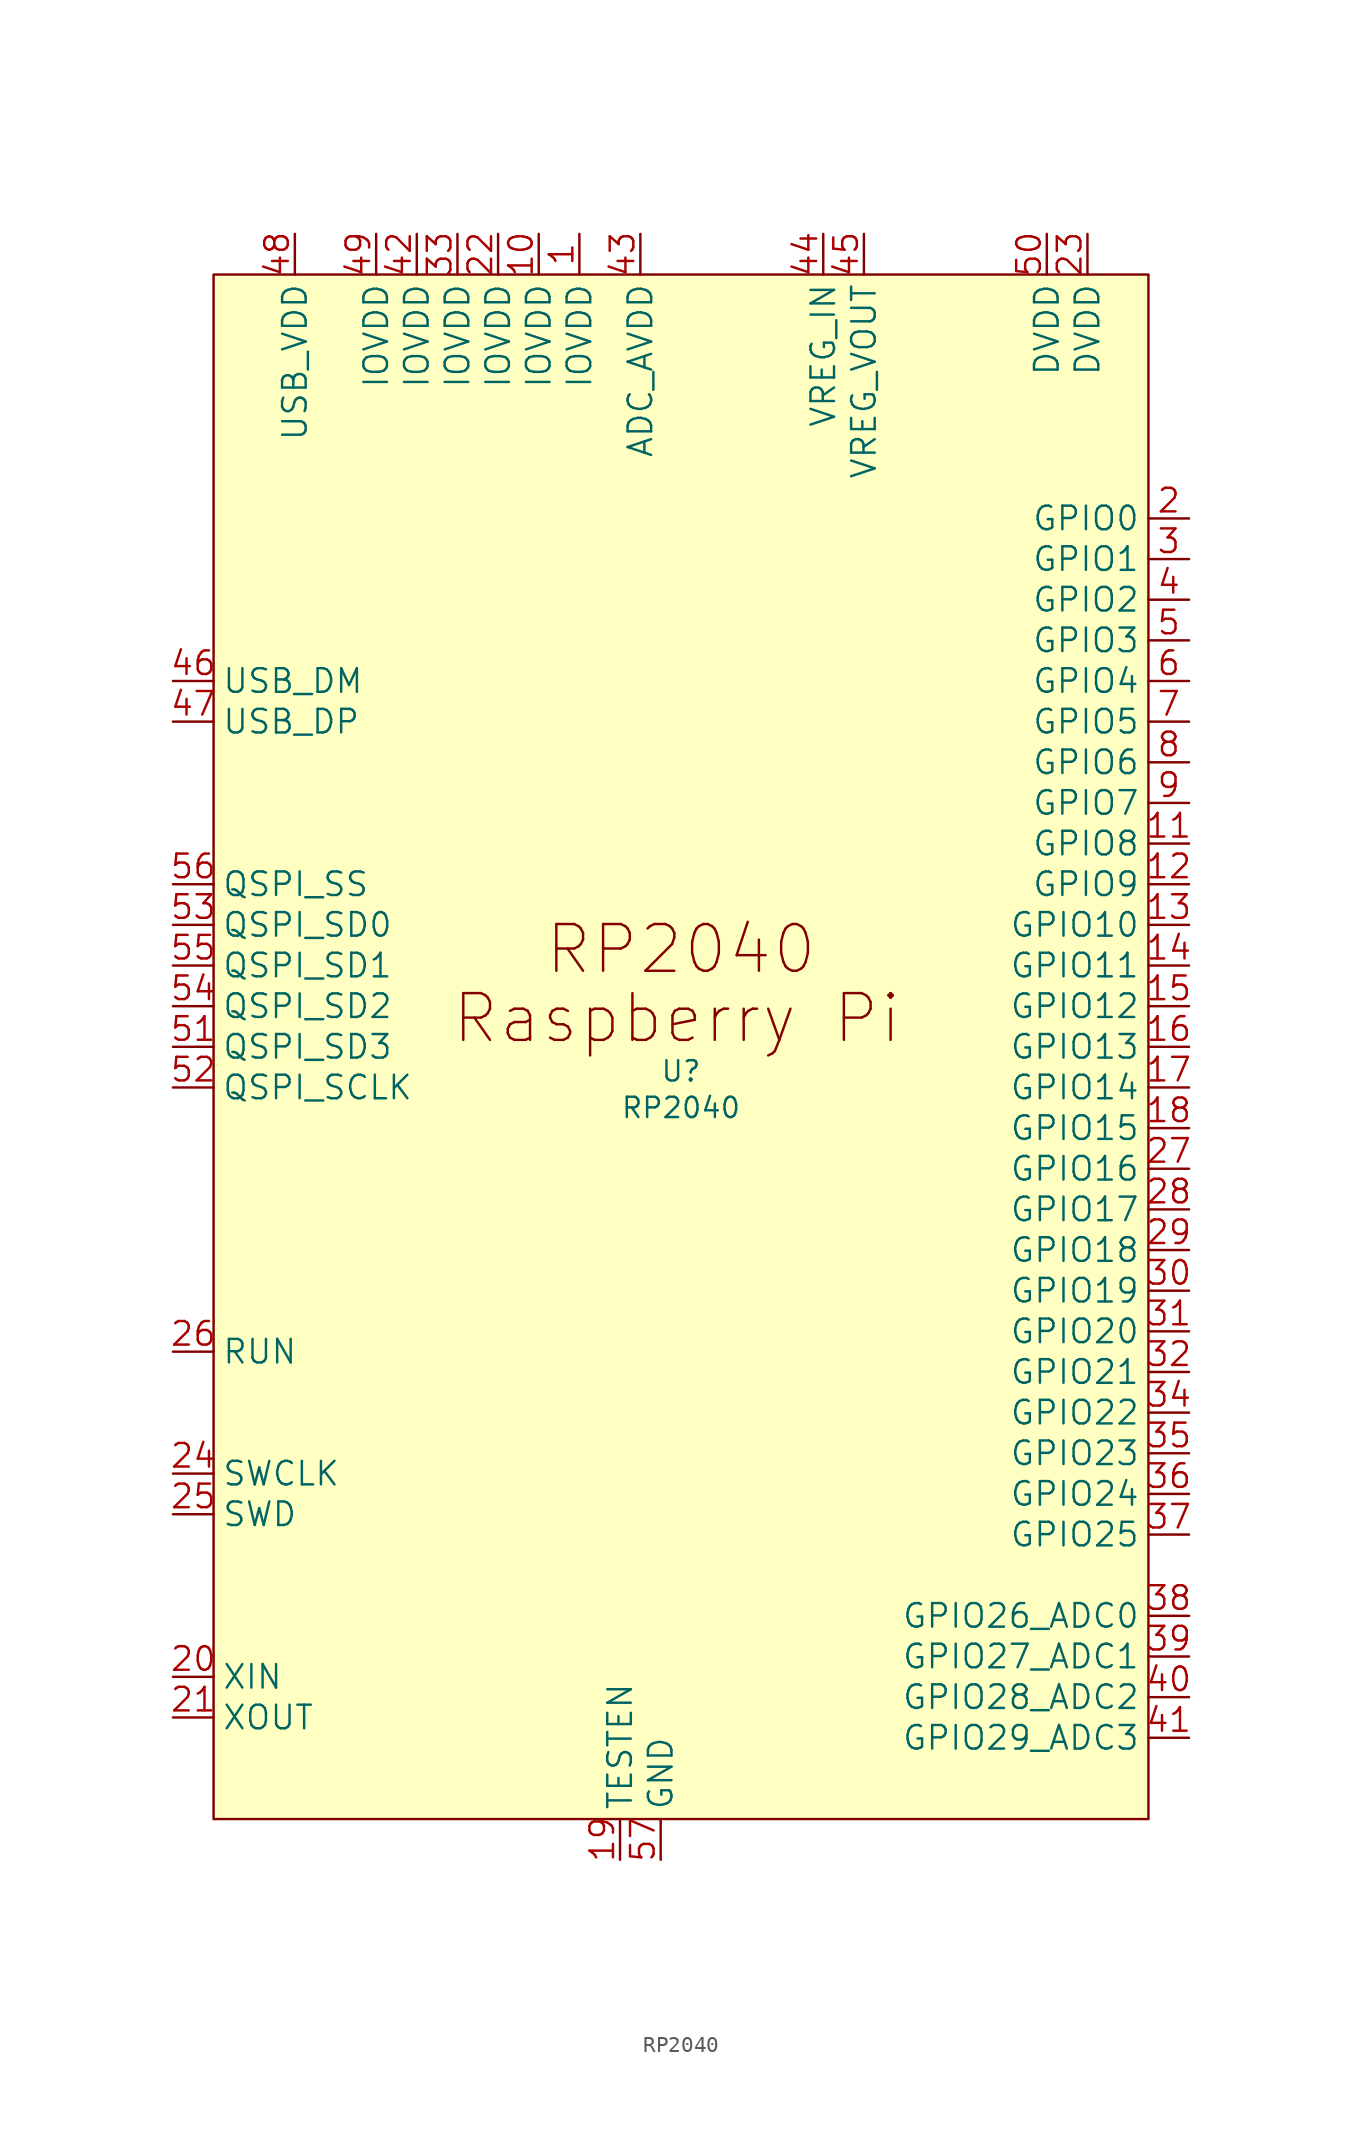
<source format=kicad_sym>
(kicad_symbol_lib
  (version 20231120)
  (generator "kicad_symbol_editor")
  (generator_version "8.0")
  (symbol "RP2040"
    (property "Reference" "U"
      (at 0 -2.794 0)
      (effects (font (size 1.27 1.27))))
    (property "Value" "RP2040"
      (at 0 -5.08 0)
      (effects (font (size 1.27 1.27))))
    (symbol "RP2040_0_1"
      (rectangle (start -29.21 46.99) (end 29.21 -49.53) (stroke (width 0) (type default)) (fill (type background)))
      (text "Raspberry Pi" (at -0.254 0.508 0) (effects (font (size 2.921 2.921))))
      (text "RP2040" (at 0 4.826 0) (effects (font (size 2.921 2.921))))
      (pin bidirectional line (at -6.35 49.53 270) (length 2.54) (name "IOVDD" (effects (font (size 1.473 1.473)))) (number "1" (effects (font (size 1.473 1.473)))))
      (pin bidirectional line (at -8.89 49.53 270) (length 2.54) (name "IOVDD" (effects (font (size 1.473 1.473)))) (number "10" (effects (font (size 1.473 1.473)))))
      (pin bidirectional line (at 31.75 11.43 180) (length 2.54) (name "GPIO8" (effects (font (size 1.473 1.473)))) (number "11" (effects (font (size 1.473 1.473)))))
      (pin bidirectional line (at 31.75 8.89 180) (length 2.54) (name "GPIO9" (effects (font (size 1.473 1.473)))) (number "12" (effects (font (size 1.473 1.473)))))
      (pin bidirectional line (at 31.75 6.35 180) (length 2.54) (name "GPIO10" (effects (font (size 1.473 1.473)))) (number "13" (effects (font (size 1.473 1.473)))))
      (pin bidirectional line (at 31.75 3.81 180) (length 2.54) (name "GPIO11" (effects (font (size 1.473 1.473)))) (number "14" (effects (font (size 1.473 1.473)))))
      (pin bidirectional line (at 31.75 1.27 180) (length 2.54) (name "GPIO12" (effects (font (size 1.473 1.473)))) (number "15" (effects (font (size 1.473 1.473)))))
      (pin bidirectional line (at 31.75 -1.27 180) (length 2.54) (name "GPIO13" (effects (font (size 1.473 1.473)))) (number "16" (effects (font (size 1.473 1.473)))))
      (pin bidirectional line (at 31.75 -3.81 180) (length 2.54) (name "GPIO14" (effects (font (size 1.473 1.473)))) (number "17" (effects (font (size 1.473 1.473)))))
      (pin bidirectional line (at 31.75 -6.35 180) (length 2.54) (name "GPIO15" (effects (font (size 1.473 1.473)))) (number "18" (effects (font (size 1.473 1.473)))))
      (pin output line (at -3.81 -52.07 90) (length 2.54) (name "TESTEN" (effects (font (size 1.473 1.473)))) (number "19" (effects (font (size 1.473 1.473)))))
      (pin bidirectional line (at 31.75 31.75 180) (length 2.54) (name "GPIO0" (effects (font (size 1.473 1.473)))) (number "2" (effects (font (size 1.473 1.473)))))
      (pin input line (at -31.75 -40.64 0) (length 2.54) (name "XIN" (effects (font (size 1.473 1.473)))) (number "20" (effects (font (size 1.473 1.473)))))
      (pin output line (at -31.75 -43.18 0) (length 2.54) (name "XOUT" (effects (font (size 1.473 1.473)))) (number "21" (effects (font (size 1.473 1.473)))))
      (pin bidirectional line (at -11.43 49.53 270) (length 2.54) (name "IOVDD" (effects (font (size 1.473 1.473)))) (number "22" (effects (font (size 1.473 1.473)))))
      (pin bidirectional line (at 25.4 49.53 270) (length 2.54) (name "DVDD" (effects (font (size 1.473 1.473)))) (number "23" (effects (font (size 1.473 1.473)))))
      (pin output line (at -31.75 -27.94 0) (length 2.54) (name "SWCLK" (effects (font (size 1.473 1.473)))) (number "24" (effects (font (size 1.473 1.473)))))
      (pin bidirectional line (at -31.75 -30.48 0) (length 2.54) (name "SWD" (effects (font (size 1.473 1.473)))) (number "25" (effects (font (size 1.473 1.473)))))
      (pin input line (at -31.75 -20.32 0) (length 2.54) (name "RUN" (effects (font (size 1.473 1.473)))) (number "26" (effects (font (size 1.473 1.473)))))
      (pin bidirectional line (at 31.75 -8.89 180) (length 2.54) (name "GPIO16" (effects (font (size 1.473 1.473)))) (number "27" (effects (font (size 1.473 1.473)))))
      (pin bidirectional line (at 31.75 -11.43 180) (length 2.54) (name "GPIO17" (effects (font (size 1.473 1.473)))) (number "28" (effects (font (size 1.473 1.473)))))
      (pin bidirectional line (at 31.75 -13.97 180) (length 2.54) (name "GPIO18" (effects (font (size 1.473 1.473)))) (number "29" (effects (font (size 1.473 1.473)))))
      (pin bidirectional line (at 31.75 29.21 180) (length 2.54) (name "GPIO1" (effects (font (size 1.473 1.473)))) (number "3" (effects (font (size 1.473 1.473)))))
      (pin bidirectional line (at 31.75 -16.51 180) (length 2.54) (name "GPIO19" (effects (font (size 1.473 1.473)))) (number "30" (effects (font (size 1.473 1.473)))))
      (pin bidirectional line (at 31.75 -19.05 180) (length 2.54) (name "GPIO20" (effects (font (size 1.473 1.473)))) (number "31" (effects (font (size 1.473 1.473)))))
      (pin bidirectional line (at 31.75 -21.59 180) (length 2.54) (name "GPIO21" (effects (font (size 1.473 1.473)))) (number "32" (effects (font (size 1.473 1.473)))))
      (pin bidirectional line (at -13.97 49.53 270) (length 2.54) (name "IOVDD" (effects (font (size 1.473 1.473)))) (number "33" (effects (font (size 1.473 1.473)))))
      (pin bidirectional line (at 31.75 -24.13 180) (length 2.54) (name "GPIO22" (effects (font (size 1.473 1.473)))) (number "34" (effects (font (size 1.473 1.473)))))
      (pin bidirectional line (at 31.75 -26.67 180) (length 2.54) (name "GPIO23" (effects (font (size 1.473 1.473)))) (number "35" (effects (font (size 1.473 1.473)))))
      (pin bidirectional line (at 31.75 -29.21 180) (length 2.54) (name "GPIO24" (effects (font (size 1.473 1.473)))) (number "36" (effects (font (size 1.473 1.473)))))
      (pin bidirectional line (at 31.75 -31.75 180) (length 2.54) (name "GPIO25" (effects (font (size 1.473 1.473)))) (number "37" (effects (font (size 1.473 1.473)))))
      (pin bidirectional line (at 31.75 -36.83 180) (length 2.54) (name "GPIO26_ADC0" (effects (font (size 1.473 1.473)))) (number "38" (effects (font (size 1.473 1.473)))))
      (pin bidirectional line (at 31.75 -39.37 180) (length 2.54) (name "GPIO27_ADC1" (effects (font (size 1.473 1.473)))) (number "39" (effects (font (size 1.473 1.473)))))
      (pin bidirectional line (at 31.75 26.67 180) (length 2.54) (name "GPIO2" (effects (font (size 1.473 1.473)))) (number "4" (effects (font (size 1.473 1.473)))))
      (pin bidirectional line (at 31.75 -41.91 180) (length 2.54) (name "GPIO28_ADC2" (effects (font (size 1.473 1.473)))) (number "40" (effects (font (size 1.473 1.473)))))
      (pin bidirectional line (at 31.75 -44.45 180) (length 2.54) (name "GPIO29_ADC3" (effects (font (size 1.473 1.473)))) (number "41" (effects (font (size 1.473 1.473)))))
      (pin bidirectional line (at -16.51 49.53 270) (length 2.54) (name "IOVDD" (effects (font (size 1.473 1.473)))) (number "42" (effects (font (size 1.473 1.473)))))
      (pin bidirectional line (at -2.54 49.53 270) (length 2.54) (name "ADC_AVDD" (effects (font (size 1.473 1.473)))) (number "43" (effects (font (size 1.473 1.473)))))
      (pin bidirectional line (at 8.89 49.53 270) (length 2.54) (name "VREG_IN" (effects (font (size 1.473 1.473)))) (number "44" (effects (font (size 1.473 1.473)))))
      (pin bidirectional line (at 11.43 49.53 270) (length 2.54) (name "VREG_VOUT" (effects (font (size 1.473 1.473)))) (number "45" (effects (font (size 1.473 1.473)))))
      (pin bidirectional line (at -31.75 21.59 0) (length 2.54) (name "USB_DM" (effects (font (size 1.473 1.473)))) (number "46" (effects (font (size 1.473 1.473)))))
      (pin bidirectional line (at -31.75 19.05 0) (length 2.54) (name "USB_DP" (effects (font (size 1.473 1.473)))) (number "47" (effects (font (size 1.473 1.473)))))
      (pin bidirectional line (at -24.13 49.53 270) (length 2.54) (name "USB_VDD" (effects (font (size 1.473 1.473)))) (number "48" (effects (font (size 1.473 1.473)))))
      (pin bidirectional line (at -19.05 49.53 270) (length 2.54) (name "IOVDD" (effects (font (size 1.473 1.473)))) (number "49" (effects (font (size 1.473 1.473)))))
      (pin bidirectional line (at 31.75 24.13 180) (length 2.54) (name "GPIO3" (effects (font (size 1.473 1.473)))) (number "5" (effects (font (size 1.473 1.473)))))
      (pin bidirectional line (at 22.86 49.53 270) (length 2.54) (name "DVDD" (effects (font (size 1.473 1.473)))) (number "50" (effects (font (size 1.473 1.473)))))
      (pin bidirectional line (at -31.75 -1.27 0) (length 2.54) (name "QSPI_SD3" (effects (font (size 1.473 1.473)))) (number "51" (effects (font (size 1.473 1.473)))))
      (pin output line (at -31.75 -3.81 0) (length 2.54) (name "QSPI_SCLK" (effects (font (size 1.473 1.473)))) (number "52" (effects (font (size 1.473 1.473)))))
      (pin bidirectional line (at -31.75 6.35 0) (length 2.54) (name "QSPI_SD0" (effects (font (size 1.473 1.473)))) (number "53" (effects (font (size 1.473 1.473)))))
      (pin bidirectional line (at -31.75 1.27 0) (length 2.54) (name "QSPI_SD2" (effects (font (size 1.473 1.473)))) (number "54" (effects (font (size 1.473 1.473)))))
      (pin bidirectional line (at -31.75 3.81 0) (length 2.54) (name "QSPI_SD1" (effects (font (size 1.473 1.473)))) (number "55" (effects (font (size 1.473 1.473)))))
      (pin bidirectional line (at -31.75 8.89 0) (length 2.54) (name "QSPI_SS" (effects (font (size 1.473 1.473)))) (number "56" (effects (font (size 1.473 1.473)))))
      (pin bidirectional line (at -1.27 -52.07 90) (length 2.54) (name "GND" (effects (font (size 1.473 1.473)))) (number "57" (effects (font (size 1.473 1.473)))))
      (pin bidirectional line (at 31.75 21.59 180) (length 2.54) (name "GPIO4" (effects (font (size 1.473 1.473)))) (number "6" (effects (font (size 1.473 1.473)))))
      (pin bidirectional line (at 31.75 19.05 180) (length 2.54) (name "GPIO5" (effects (font (size 1.473 1.473)))) (number "7" (effects (font (size 1.473 1.473)))))
      (pin bidirectional line (at 31.75 16.51 180) (length 2.54) (name "GPIO6" (effects (font (size 1.473 1.473)))) (number "8" (effects (font (size 1.473 1.473)))))
      (pin bidirectional line (at 31.75 13.97 180) (length 2.54) (name "GPIO7" (effects (font (size 1.473 1.473)))) (number "9" (effects (font (size 1.473 1.473))))))))
</source>
